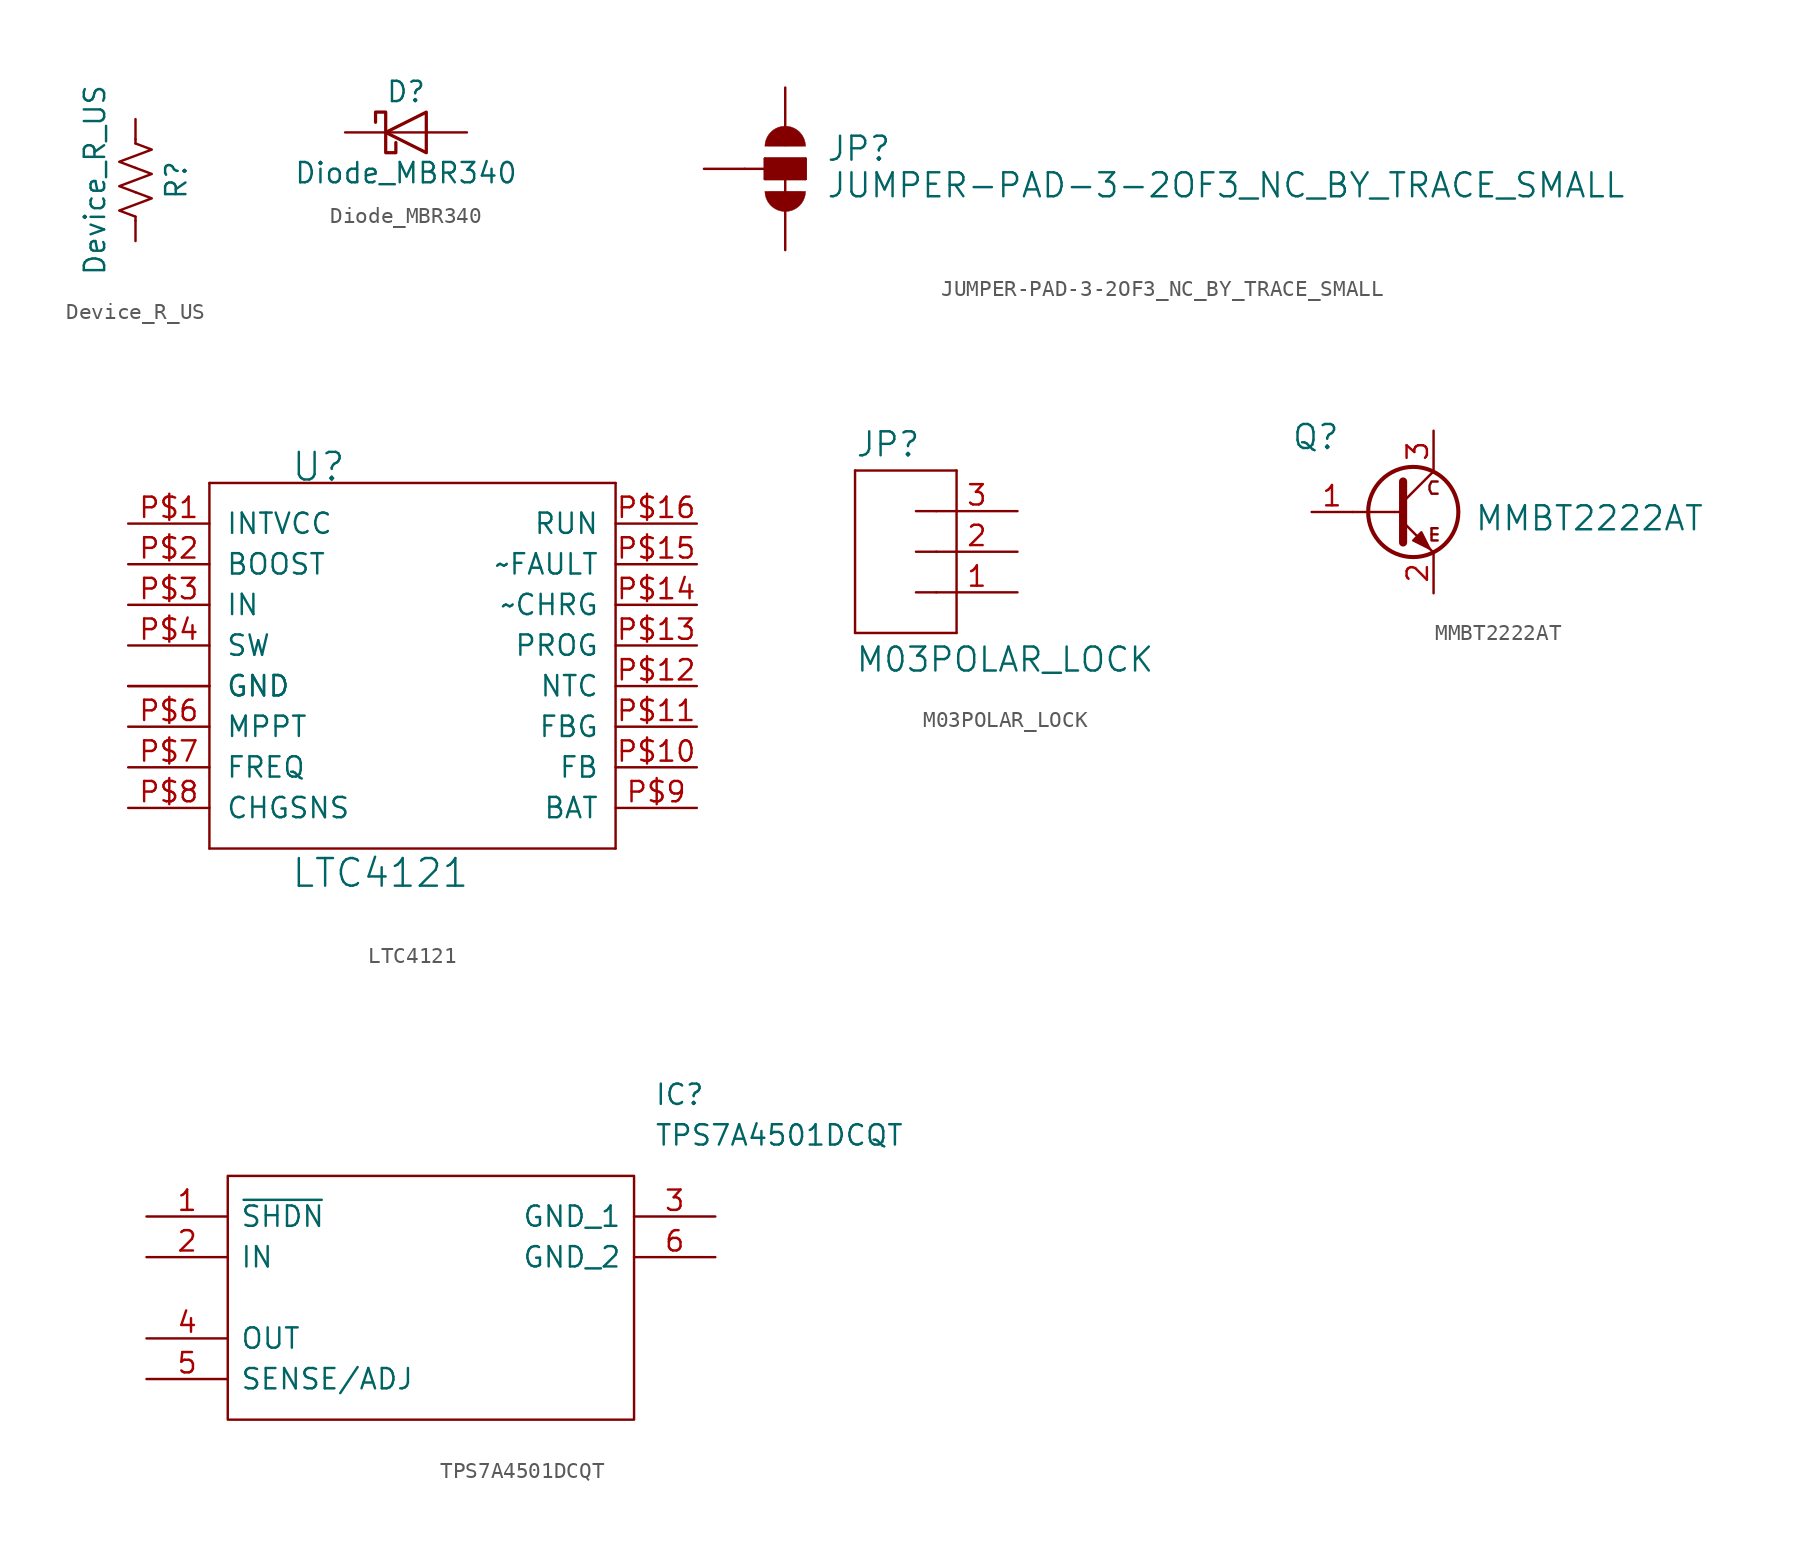
<source format=kicad_sym>
(kicad_symbol_lib
  (version 20220914)
  (generator kicad_symbol_editor)
  (symbol "Device_R_US"
    (pin_numbers hide)
    (pin_names
      (offset 0))
    (property "Reference" "R"
      (at 2.54 0 90)
      (effects (font (size 1.27 1.27))))
    (property "Value" "Device_R_US"
      (at -2.54 0 90)
      (effects (font (size 1.27 1.27))))
    (symbol "Device_R_US_0_1"
      (polyline (pts (xy 0 -2.286) (xy 0 -2.54)) (stroke (width 0) (type solid)) (fill (type none)))
      (polyline (pts (xy 0 2.286) (xy 0 2.54)) (stroke (width 0) (type solid)) (fill (type none)))
      (polyline (pts (xy 0 -0.762) (xy 1.016 -1.143) (xy 0 -1.524) (xy -1.016 -1.905) (xy 0 -2.286)) (stroke (width 0) (type solid)) (fill (type none)))
      (polyline (pts (xy 0 0.762) (xy 1.016 0.381) (xy 0 0) (xy -1.016 -0.381) (xy 0 -0.762)) (stroke (width 0) (type solid)) (fill (type none)))
      (polyline (pts (xy 0 2.286) (xy 1.016 1.905) (xy 0 1.524) (xy -1.016 1.143) (xy 0 0.762)) (stroke (width 0) (type solid)) (fill (type none))))
    (symbol "Device_R_US_1_1"
      (pin passive line (at 0 3.81 270) (length 1.27) (name "~" (effects (font (size 1.27 1.27)))) (number "1" (effects (font (size 1.27 1.27)))))
      (pin passive line (at 0 -3.81 90) (length 1.27) (name "~" (effects (font (size 1.27 1.27)))) (number "2" (effects (font (size 1.27 1.27)))))))
  (symbol "Diode_MBR340"
    (pin_numbers hide)
    (pin_names
      (offset 1.016) hide)
    (property "Reference" "D"
      (at 0 2.54 0)
      (effects (font (size 1.27 1.27))))
    (property "Value" "Diode_MBR340"
      (at 0 -2.54 0)
      (effects (font (size 1.27 1.27))))
    (symbol "Diode_MBR340_0_1"
      (polyline (pts (xy 1.27 0) (xy -1.27 0)) (stroke (width 0) (type solid)) (fill (type none)))
      (polyline (pts (xy 1.27 1.27) (xy 1.27 -1.27) (xy -1.27 0) (xy 1.27 1.27)) (stroke (width 0.203) (type solid)) (fill (type none)))
      (polyline (pts (xy -1.905 0.635) (xy -1.905 1.27) (xy -1.27 1.27) (xy -1.27 -1.27) (xy -0.635 -1.27) (xy -0.635 -0.635)) (stroke (width 0.203) (type solid)) (fill (type none))))
    (symbol "Diode_MBR340_1_1"
      (pin passive line (at -3.81 0 0) (length 2.54) (name "K" (effects (font (size 1.27 1.27)))) (number "1" (effects (font (size 1.27 1.27)))))
      (pin passive line (at 3.81 0 180) (length 2.54) (name "A" (effects (font (size 1.27 1.27)))) (number "2" (effects (font (size 1.27 1.27)))))))
  (symbol "JUMPER-PAD-3-2OF3_NC_BY_TRACE_SMALL"
    (pin_names
      (offset 1.016))
    (property "Reference" "JP"
      (at 2.54 0.381 0)
      (effects (font (size 1.499 1.499)) (justify left bottom)))
    (property "Value" "JUMPER-PAD-3-2OF3_NC_BY_TRACE_SMALL"
      (at 2.54 -1.905 0)
      (effects (font (size 1.499 1.499)) (justify left bottom)))
    (property "ki_locked" ""
      (at 0 0 0)
      (effects (font (size 1.27 1.27))))
    (symbol "JUMPER-PAD-3-2OF3_NC_BY_TRACE_SMALL_1_0"
      (arc (start -1.27 -1.397) (mid 0 -2.6615) (end 1.27 -1.397) (stroke (width 0.0254) (type solid)) (fill (type outline)))
      (rectangle (start -1.27 -0.635) (end 1.27 0.635) (stroke (width 0) (type solid)) (fill (type outline)))
      (polyline (pts (xy -2.54 0) (xy -1.27 0)) (stroke (width 0) (type solid)) (fill (type none)))
      (polyline (pts (xy -1.27 -0.635) (xy -1.27 0)) (stroke (width 0) (type solid)) (fill (type none)))
      (polyline (pts (xy -1.27 0) (xy -1.27 0.635)) (stroke (width 0) (type solid)) (fill (type none)))
      (polyline (pts (xy -1.27 0.635) (xy 1.27 0.635)) (stroke (width 0) (type solid)) (fill (type none)))
      (polyline (pts (xy 0 0) (xy 0 -2.54)) (stroke (width 0) (type solid)) (fill (type none)))
      (polyline (pts (xy 1.27 -0.635) (xy -1.27 -0.635)) (stroke (width 0) (type solid)) (fill (type none)))
      (polyline (pts (xy 1.27 0.635) (xy 1.27 -0.635)) (stroke (width 0) (type solid)) (fill (type none)))
      (arc (start 1.27 1.397) (mid 0 2.6615) (end -1.27 1.397) (stroke (width 0.0254) (type solid)) (fill (type outline)))
      (pin passive line (at 0 5.08 270) (length 2.54) (name "1" (effects (font (size 0 0)))) (number "1" (effects (font (size 0 0)))))
      (pin passive line (at -5.08 0 0) (length 2.54) (name "2" (effects (font (size 0 0)))) (number "2" (effects (font (size 0 0)))))
      (pin passive line (at 0 -5.08 90) (length 2.54) (name "3" (effects (font (size 0 0)))) (number "3" (effects (font (size 0 0)))))))
  (symbol "LTC4121"
    (pin_names
      (offset 1.016))
    (property "Reference" "U"
      (at -2.54 10.16 0)
      (effects (font (size 1.727 1.727)) (justify left bottom)))
    (property "Value" "LTC4121"
      (at -2.54 -15.24 0)
      (effects (font (size 1.727 1.727)) (justify left bottom)))
    (property "ki_locked" ""
      (at 0 0 0)
      (effects (font (size 1.27 1.27))))
    (symbol "LTC4121_1_0"
      (polyline (pts (xy -7.62 -12.7) (xy -7.62 10.16)) (stroke (width 0) (type solid)) (fill (type none)))
      (polyline (pts (xy -7.62 10.16) (xy 17.78 10.16)) (stroke (width 0) (type solid)) (fill (type none)))
      (polyline (pts (xy 17.78 -12.7) (xy -7.62 -12.7)) (stroke (width 0) (type solid)) (fill (type none)))
      (polyline (pts (xy 17.78 10.16) (xy 17.78 -12.7)) (stroke (width 0) (type solid)) (fill (type none)))
      (pin bidirectional line (at -12.7 7.62 0) (length 5.08) (name "INTVCC" (effects (font (size 1.27 1.27)))) (number "P$1" (effects (font (size 1.27 1.27)))))
      (pin bidirectional line (at 22.86 -7.62 180) (length 5.08) (name "FB" (effects (font (size 1.27 1.27)))) (number "P$10" (effects (font (size 1.27 1.27)))))
      (pin bidirectional line (at 22.86 -5.08 180) (length 5.08) (name "FBG" (effects (font (size 1.27 1.27)))) (number "P$11" (effects (font (size 1.27 1.27)))))
      (pin bidirectional line (at 22.86 -2.54 180) (length 5.08) (name "NTC" (effects (font (size 1.27 1.27)))) (number "P$12" (effects (font (size 1.27 1.27)))))
      (pin bidirectional line (at 22.86 0 180) (length 5.08) (name "PROG" (effects (font (size 1.27 1.27)))) (number "P$13" (effects (font (size 1.27 1.27)))))
      (pin bidirectional line (at 22.86 2.54 180) (length 5.08) (name "~CHRG" (effects (font (size 1.27 1.27)))) (number "P$14" (effects (font (size 1.27 1.27)))))
      (pin bidirectional line (at 22.86 5.08 180) (length 5.08) (name "~FAULT" (effects (font (size 1.27 1.27)))) (number "P$15" (effects (font (size 1.27 1.27)))))
      (pin bidirectional line (at 22.86 7.62 180) (length 5.08) (name "RUN" (effects (font (size 1.27 1.27)))) (number "P$16" (effects (font (size 1.27 1.27)))))
      (pin bidirectional line (at -12.7 -2.54 0) (length 5.08) (name "GND" (effects (font (size 1.27 1.27)))) (number "P$17" (effects (font (size 0 0)))))
      (pin bidirectional line (at -12.7 5.08 0) (length 5.08) (name "BOOST" (effects (font (size 1.27 1.27)))) (number "P$2" (effects (font (size 1.27 1.27)))))
      (pin bidirectional line (at -12.7 2.54 0) (length 5.08) (name "IN" (effects (font (size 1.27 1.27)))) (number "P$3" (effects (font (size 1.27 1.27)))))
      (pin bidirectional line (at -12.7 0 0) (length 5.08) (name "SW" (effects (font (size 1.27 1.27)))) (number "P$4" (effects (font (size 1.27 1.27)))))
      (pin bidirectional line (at -12.7 -2.54 0) (length 5.08) (name "GND" (effects (font (size 1.27 1.27)))) (number "P$5" (effects (font (size 0 0)))))
      (pin bidirectional line (at -12.7 -5.08 0) (length 5.08) (name "MPPT" (effects (font (size 1.27 1.27)))) (number "P$6" (effects (font (size 1.27 1.27)))))
      (pin bidirectional line (at -12.7 -7.62 0) (length 5.08) (name "FREQ" (effects (font (size 1.27 1.27)))) (number "P$7" (effects (font (size 1.27 1.27)))))
      (pin bidirectional line (at -12.7 -10.16 0) (length 5.08) (name "CHGSNS" (effects (font (size 1.27 1.27)))) (number "P$8" (effects (font (size 1.27 1.27)))))
      (pin bidirectional line (at 22.86 -10.16 180) (length 5.08) (name "BAT" (effects (font (size 1.27 1.27)))) (number "P$9" (effects (font (size 1.27 1.27)))))))
  (symbol "M03POLAR_LOCK"
    (pin_names
      (offset 1.016))
    (property "Reference" "JP"
      (at -2.54 5.842 0)
      (effects (font (size 1.499 1.499)) (justify left bottom)))
    (property "Value" "M03POLAR_LOCK"
      (at -2.54 -7.62 0)
      (effects (font (size 1.499 1.499)) (justify left bottom)))
    (property "ki_locked" ""
      (at 0 0 0)
      (effects (font (size 1.27 1.27))))
    (symbol "M03POLAR_LOCK_1_0"
      (polyline (pts (xy -2.54 5.08) (xy -2.54 -5.08)) (stroke (width 0) (type solid)) (fill (type none)))
      (polyline (pts (xy -2.54 5.08) (xy 3.81 5.08)) (stroke (width 0) (type solid)) (fill (type none)))
      (polyline (pts (xy 1.27 -2.54) (xy 2.54 -2.54)) (stroke (width 0) (type solid)) (fill (type none)))
      (polyline (pts (xy 1.27 0) (xy 2.54 0)) (stroke (width 0) (type solid)) (fill (type none)))
      (polyline (pts (xy 1.27 2.54) (xy 2.54 2.54)) (stroke (width 0) (type solid)) (fill (type none)))
      (polyline (pts (xy 3.81 -5.08) (xy -2.54 -5.08)) (stroke (width 0) (type solid)) (fill (type none)))
      (polyline (pts (xy 3.81 -5.08) (xy 3.81 5.08)) (stroke (width 0) (type solid)) (fill (type none)))
      (pin passive line (at 7.62 -2.54 180) (length 5.08) (name "1" (effects (font (size 0 0)))) (number "1" (effects (font (size 1.27 1.27)))))
      (pin passive line (at 7.62 0 180) (length 5.08) (name "2" (effects (font (size 0 0)))) (number "2" (effects (font (size 1.27 1.27)))))
      (pin passive line (at 7.62 2.54 180) (length 5.08) (name "3" (effects (font (size 0 0)))) (number "3" (effects (font (size 1.27 1.27)))))))
  (symbol "MMBT2222AT"
    (pin_names
      (offset 1.016) hide)
    (property "Reference" "Q"
      (at -8.89 3.81 0)
      (effects (font (size 1.499 1.499)) (justify left bottom)))
    (property "Value" "MMBT2222AT"
      (at 2.54 -1.27 0)
      (effects (font (size 1.499 1.499)) (justify left bottom)))
    (symbol "MMBT2222AT_0_1"
      (polyline (pts (xy -5.08 0) (xy -1.905 0)) (stroke (width 0) (type solid)) (fill (type none)))
      (polyline (pts (xy -0.127 -1.397) (xy 0.254 -1.397)) (stroke (width 0) (type solid)) (fill (type none)))
      (polyline (pts (xy -0.127 -1.016) (xy 0.254 -1.016)) (stroke (width 0) (type solid)) (fill (type none)))
      (polyline (pts (xy -0.127 -1.016) (xy -0.127 -1.778) (xy 0.254 -1.778)) (stroke (width 0) (type solid)) (fill (type none)))
      (polyline (pts (xy 0.254 1.905) (xy -0.127 1.905) (xy -0.254 1.651) (xy -0.254 1.397) (xy -0.127 1.143) (xy 0.254 1.143)) (stroke (width 0) (type solid)) (fill (type none))))
    (symbol "MMBT2222AT_1_1"
      (circle (center -1.27 0) (radius 2.819) (stroke (width 0.254) (type solid)) (fill (type none)))
      (polyline (pts (xy -1.905 0.635) (xy 0 2.54)) (stroke (width 0) (type solid)) (fill (type none)))
      (polyline (pts (xy -1.905 -0.635) (xy 0 -2.54) (xy 0 -2.54)) (stroke (width 0) (type solid)) (fill (type none)))
      (polyline (pts (xy -1.905 1.905) (xy -1.905 -1.905) (xy -1.905 -1.905)) (stroke (width 0.508) (type solid)) (fill (type none)))
      (polyline (pts (xy -1.27 -1.778) (xy -0.762 -1.27) (xy -0.254 -2.286) (xy -1.27 -1.778) (xy -1.27 -1.778)) (stroke (width 0) (type solid)) (fill (type outline)))
      (pin input line (at -7.62 0 0) (length 2.54) (name "B" (effects (font (size 1.27 1.27)))) (number "1" (effects (font (size 1.27 1.27)))))
      (pin passive line (at 0 -5.08 90) (length 2.54) (name "E" (effects (font (size 1.27 1.27)))) (number "2" (effects (font (size 1.27 1.27)))))
      (pin passive line (at 0 5.08 270) (length 2.54) (name "C" (effects (font (size 1.27 1.27)))) (number "3" (effects (font (size 1.27 1.27)))))))
  (symbol "TPS7A4501DCQT"
    (pin_names
      (offset 0.762))
    (property "Reference" "IC"
      (at 31.75 7.62 0)
      (effects (font (size 1.27 1.27)) (justify left)))
    (property "Value" "TPS7A4501DCQT"
      (at 31.75 5.08 0)
      (effects (font (size 1.27 1.27)) (justify left)))
    (symbol "TPS7A4501DCQT_0_0"
      (pin passive line (at 0 0 0) (length 5.08) (name "~{SHDN}" (effects (font (size 1.27 1.27)))) (number "1" (effects (font (size 1.27 1.27)))))
      (pin input line (at 0 -2.54 0) (length 5.08) (name "IN" (effects (font (size 1.27 1.27)))) (number "2" (effects (font (size 1.27 1.27)))))
      (pin power_in line (at 35.56 0 180) (length 5.08) (name "GND_1" (effects (font (size 1.27 1.27)))) (number "3" (effects (font (size 1.27 1.27)))))
      (pin output line (at 0 -7.62 0) (length 5.08) (name "OUT" (effects (font (size 1.27 1.27)))) (number "4" (effects (font (size 1.27 1.27)))))
      (pin passive line (at 0 -10.16 0) (length 5.08) (name "SENSE/ADJ" (effects (font (size 1.27 1.27)))) (number "5" (effects (font (size 1.27 1.27)))))
      (pin power_in line (at 35.56 -2.54 180) (length 5.08) (name "GND_2" (effects (font (size 1.27 1.27)))) (number "6" (effects (font (size 1.27 1.27))))))
    (symbol "TPS7A4501DCQT_0_1"
      (polyline (pts (xy 5.08 2.54) (xy 30.48 2.54) (xy 30.48 -12.7) (xy 5.08 -12.7) (xy 5.08 2.54)) (stroke (width 0.152) (type solid)) (fill (type none))))))
</source>
